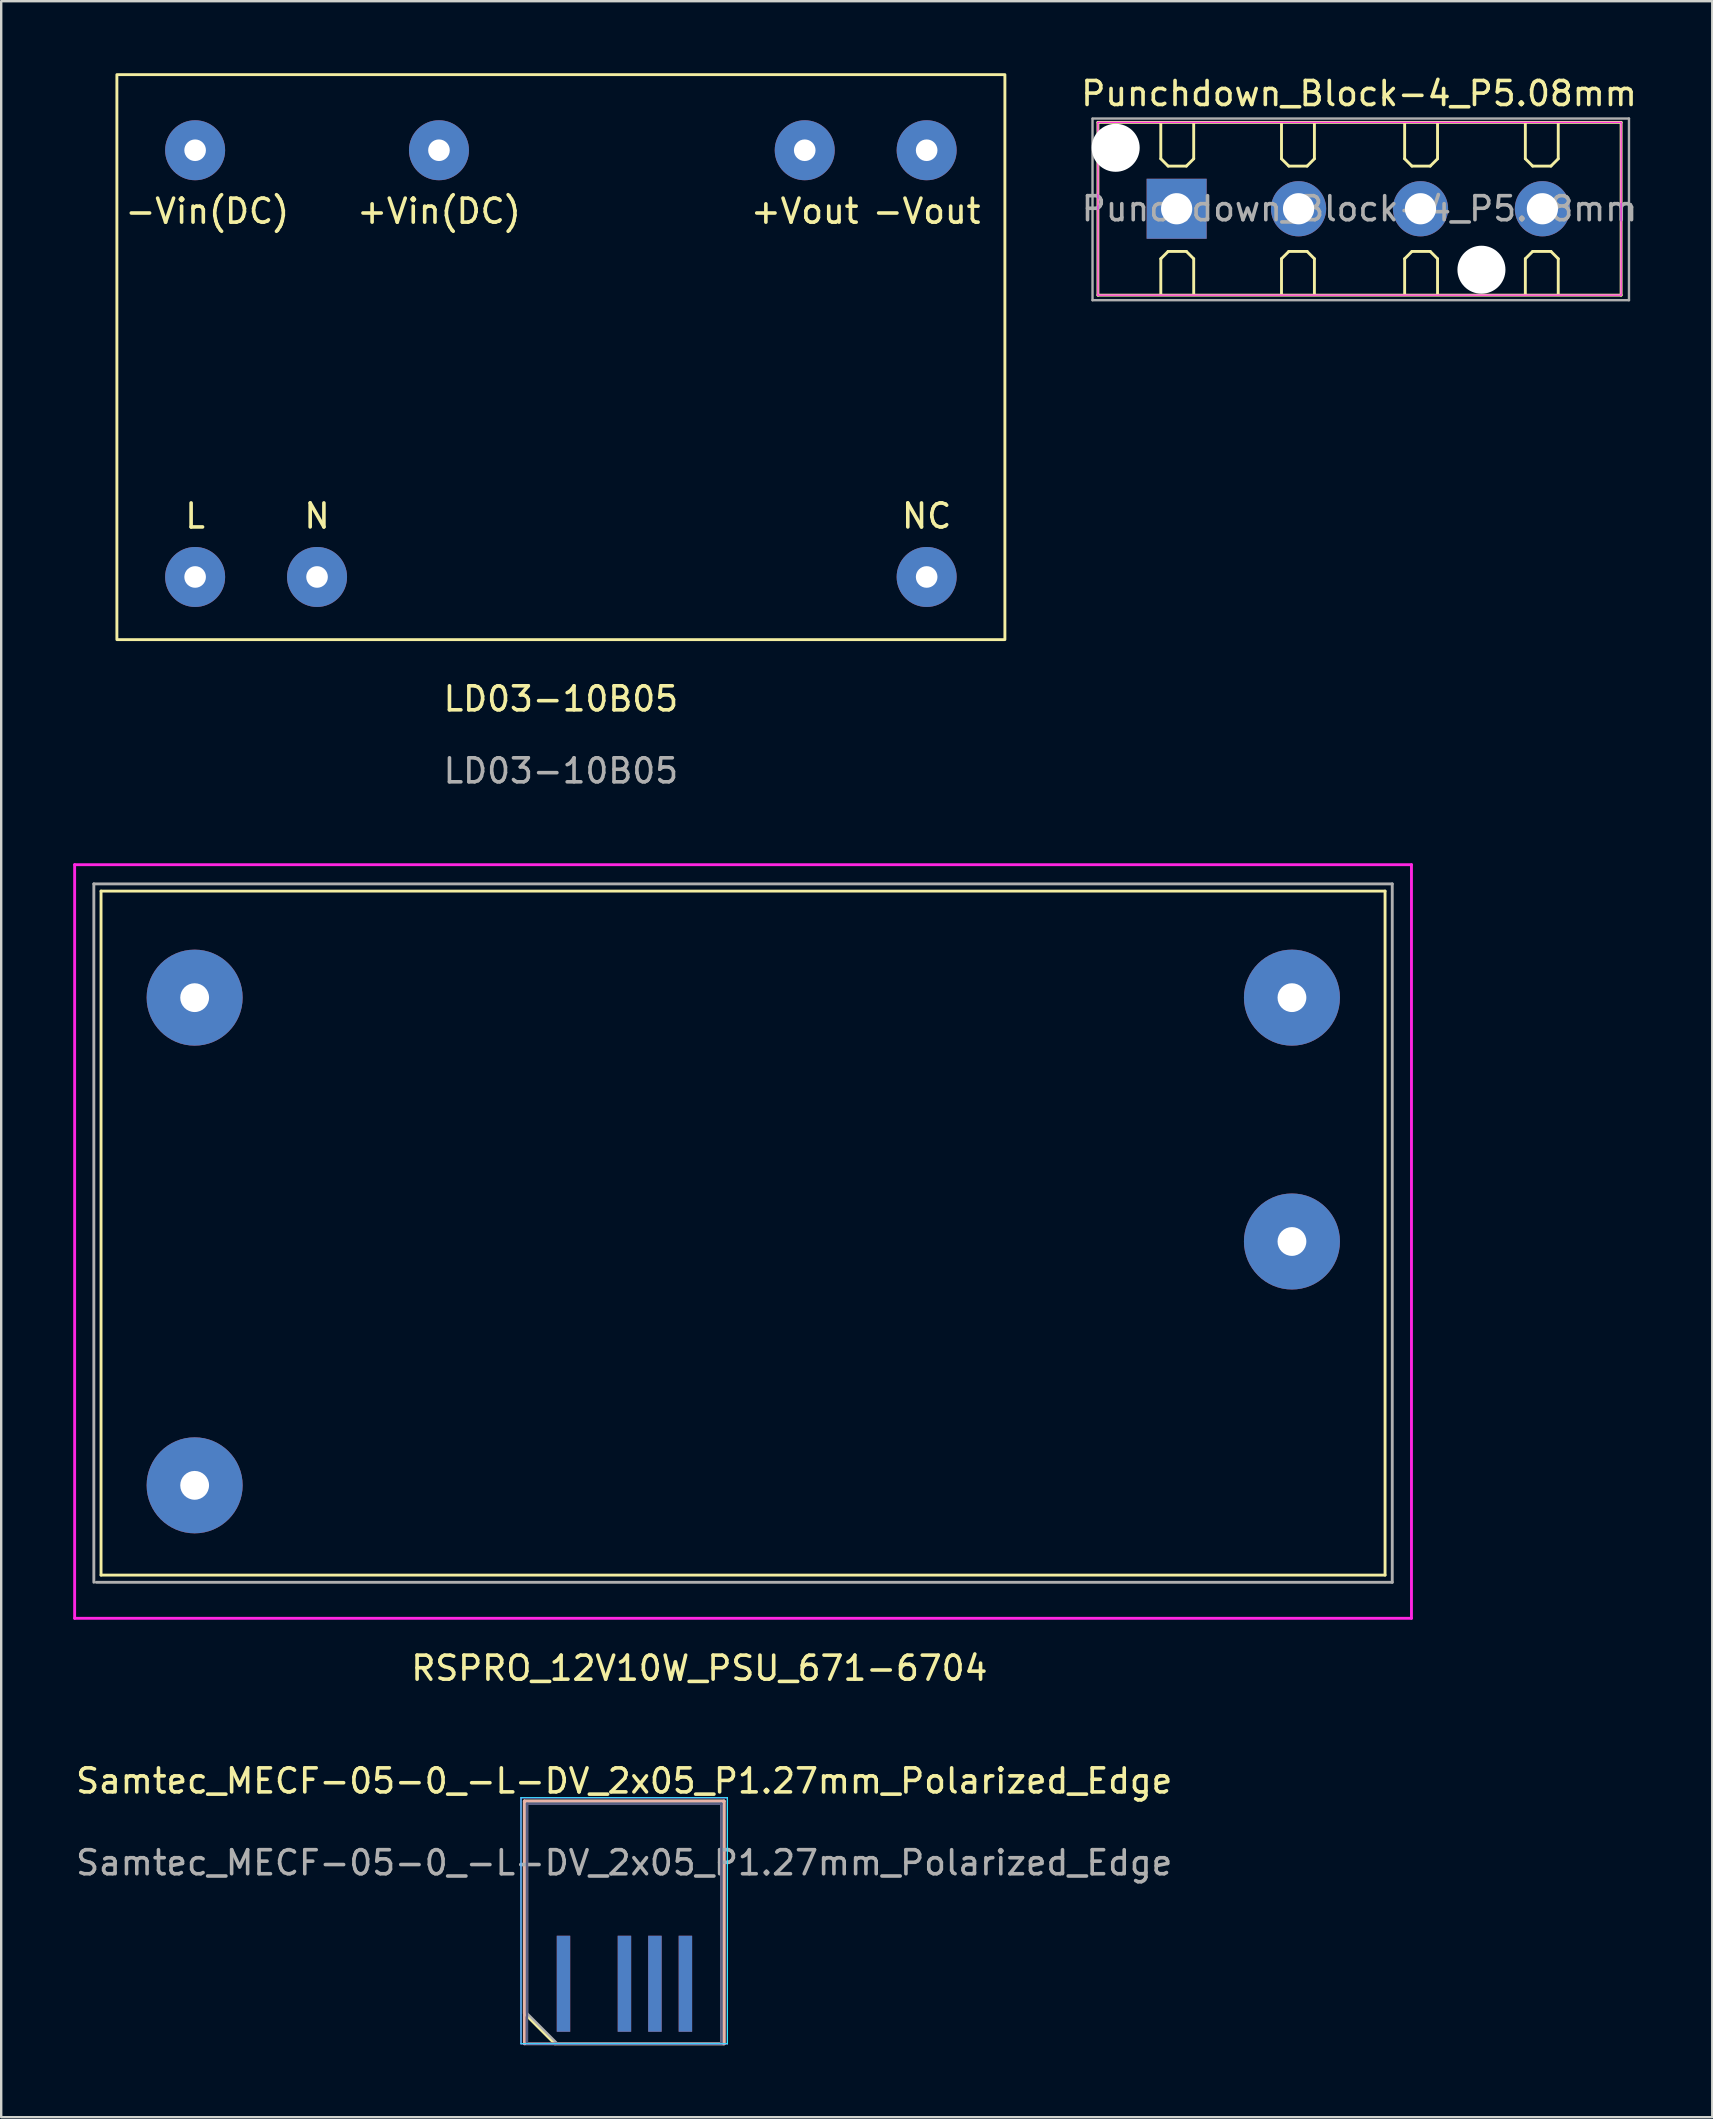
<source format=kicad_pcb>
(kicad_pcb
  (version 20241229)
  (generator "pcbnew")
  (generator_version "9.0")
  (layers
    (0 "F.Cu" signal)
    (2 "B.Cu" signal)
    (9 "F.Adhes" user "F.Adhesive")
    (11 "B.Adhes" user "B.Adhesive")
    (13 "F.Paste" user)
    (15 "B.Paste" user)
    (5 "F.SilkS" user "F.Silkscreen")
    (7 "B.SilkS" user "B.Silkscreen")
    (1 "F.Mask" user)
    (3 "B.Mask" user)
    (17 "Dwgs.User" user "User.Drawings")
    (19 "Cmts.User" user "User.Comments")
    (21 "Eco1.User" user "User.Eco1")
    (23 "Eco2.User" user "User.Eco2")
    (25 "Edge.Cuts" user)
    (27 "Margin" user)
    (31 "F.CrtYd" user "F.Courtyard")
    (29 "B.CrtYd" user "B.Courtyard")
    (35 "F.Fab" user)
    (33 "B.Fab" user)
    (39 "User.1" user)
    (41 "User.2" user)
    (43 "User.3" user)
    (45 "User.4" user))
  (footprint "RSPRO_12V10W_PSU_671-6704"
    (layer "F.Cu")
    (at 5.06 48.678)
    (property "Reference" "RSPRO_12V10W_PSU_671-6704" (at 21.031 17.78 0) (layer "F.SilkS") (effects (font (size 1 1) (thickness 0.15))))
    (attr through_hole)
    (fp_line (start -3.9 -14.6) (end -3.9 13.9) (stroke (width 0.12) (type solid)) (layer "F.SilkS"))
    (fp_line (start -3.9 -14.6) (end 49.6 -14.6) (stroke (width 0.12) (type solid)) (layer "F.SilkS"))
    (fp_line (start 49.6 13.9) (end -3.9 13.9) (stroke (width 0.12) (type solid)) (layer "F.SilkS"))
    (fp_line (start 49.6 13.9) (end 49.6 -14.6) (stroke (width 0.12) (type solid)) (layer "F.SilkS"))
    (fp_line (start -5 -15.7) (end 50.7 -15.7) (stroke (width 0.12) (type solid)) (layer "F.CrtYd"))
    (fp_line (start -5 15.7) (end -5 -15.7) (stroke (width 0.12) (type solid)) (layer "F.CrtYd"))
    (fp_line (start -5 15.7) (end 50.7 15.7) (stroke (width 0.12) (type solid)) (layer "F.CrtYd"))
    (fp_line (start 50.7 -15.7) (end 50.7 15.7) (stroke (width 0.12) (type solid)) (layer "F.CrtYd"))
    (fp_line (start -4.2 -14.9) (end -4.2 14.2) (stroke (width 0.12) (type solid)) (layer "F.Fab"))
    (fp_line (start -4.2 -14.9) (end 49.9 -14.9) (stroke (width 0.12) (type solid)) (layer "F.Fab"))
    (fp_line (start -4.1 14.2) (end 49.9 14.2) (stroke (width 0.12) (type solid)) (layer "F.Fab"))
    (fp_line (start 49.9 -14.9) (end 49.9 14.2) (stroke (width 0.12) (type solid)) (layer "F.Fab"))
    (pad "1" thru_hole circle (at 0 10.16) (size 4 4) (drill 1.2) (layers "*.Cu" "*.Mask"))
    (pad "2" thru_hole circle (at 0 -10.16) (size 4 4) (drill 1.2) (layers "*.Cu" "*.Mask"))
    (pad "3" thru_hole circle (at 45.72 -10.16) (size 4 4) (drill 1.2) (layers "*.Cu" "*.Mask"))
    (pad "4" thru_hole circle (at 45.72 0) (size 4 4) (drill 1.2) (layers "*.Cu" "*.Mask")))
  (footprint "Samtec_MECF-05-0_-L-DV_2x05_P1.27mm_Polarized_Edge"
    (layer "F.Cu")
    (at 22.958 77.105)
    (property "Reference" "Samtec_MECF-05-0_-L-DV_2x05_P1.27mm_Polarized_Edge" (at 0 -5.95 0) (layer "F.SilkS") (effects (font (size 1 1) (thickness 0.15))))
    (attr exclude_from_pos_files exclude_from_bom)
    (fp_line (start -4.16 -5.11) (end 4.16 -5.11) (stroke (width 0.12) (type solid)) (layer "F.SilkS"))
    (fp_line (start -4.16 3.73) (end -4.16 -5.11) (stroke (width 0.12) (type solid)) (layer "F.SilkS"))
    (fp_line (start -2.89 5) (end -4.16 3.73) (stroke (width 0.12) (type solid)) (layer "F.SilkS"))
    (fp_line (start -2.89 5) (end 4.16 5) (stroke (width 0.12) (type solid)) (layer "F.SilkS"))
    (fp_line (start 4.16 5) (end 4.16 -5.11) (stroke (width 0.12) (type solid)) (layer "F.SilkS"))
    (fp_line (start -4.16 -5.11) (end 4.16 -5.11) (stroke (width 0.12) (type solid)) (layer "B.SilkS"))
    (fp_line (start -4.16 5) (end -4.16 -5.11) (stroke (width 0.12) (type solid)) (layer "B.SilkS"))
    (fp_line (start -4.16 5) (end 4.16 5) (stroke (width 0.12) (type solid)) (layer "B.SilkS"))
    (fp_line (start 4.16 5) (end 4.16 -5.11) (stroke (width 0.12) (type solid)) (layer "B.SilkS"))
    (fp_line (start -4.5 -5) (end -4.05 -5) (stroke (width 0.12) (type solid)) (layer "Eco2.User"))
    (fp_line (start -4.05 5) (end -4.05 -5) (stroke (width 0.12) (type solid)) (layer "Eco2.User"))
    (fp_line (start -4.05 5) (end -1.88 5) (stroke (width 0.12) (type solid)) (layer "Eco2.User"))
    (fp_line (start -1.88 -2) (end -0.64 -2) (stroke (width 0.12) (type solid)) (layer "Eco2.User"))
    (fp_line (start -1.88 5) (end -1.88 -2) (stroke (width 0.12) (type solid)) (layer "Eco2.User"))
    (fp_line (start -0.64 5) (end -0.64 -2) (stroke (width 0.12) (type solid)) (layer "Eco2.User"))
    (fp_line (start -0.64 5) (end 4.05 5) (stroke (width 0.12) (type solid)) (layer "Eco2.User"))
    (fp_line (start 4.05 5) (end 4.05 -5) (stroke (width 0.12) (type solid)) (layer "Eco2.User"))
    (fp_line (start 4.5 -5) (end 4.05 -5) (stroke (width 0.12) (type solid)) (layer "Eco2.User"))
    (fp_line (start -4.3 -5.25) (end -4.3 5) (stroke (width 0.05) (type solid)) (layer "B.CrtYd"))
    (fp_line (start -4.3 5) (end 4.3 5) (stroke (width 0.05) (type solid)) (layer "B.CrtYd"))
    (fp_line (start 4.3 -5.25) (end -4.3 -5.25) (stroke (width 0.05) (type solid)) (layer "B.CrtYd"))
    (fp_line (start 4.3 5) (end 4.3 -5.25) (stroke (width 0.05) (type solid)) (layer "B.CrtYd"))
    (fp_line (start -4.3 -5.25) (end -4.3 5) (stroke (width 0.05) (type solid)) (layer "F.CrtYd"))
    (fp_line (start -4.3 5) (end 4.3 5) (stroke (width 0.05) (type solid)) (layer "F.CrtYd"))
    (fp_line (start 4.3 -5.25) (end -4.3 -5.25) (stroke (width 0.05) (type solid)) (layer "F.CrtYd"))
    (fp_line (start 4.3 5) (end 4.3 -5.25) (stroke (width 0.05) (type solid)) (layer "F.CrtYd"))
    (fp_line (start -4.05 -5) (end 4.05 -5) (stroke (width 0.1) (type solid)) (layer "B.Fab"))
    (fp_line (start -4.05 5) (end -4.05 -5) (stroke (width 0.1) (type solid)) (layer "B.Fab"))
    (fp_line (start -4.05 5) (end 4.05 5) (stroke (width 0.1) (type solid)) (layer "B.Fab"))
    (fp_line (start 4.05 5) (end 4.05 -5) (stroke (width 0.1) (type solid)) (layer "B.Fab"))
    (fp_line (start -4.05 -5) (end 4.05 -5) (stroke (width 0.1) (type solid)) (layer "F.Fab"))
    (fp_line (start -4.05 3.73) (end -4.05 -5) (stroke (width 0.1) (type solid)) (layer "F.Fab"))
    (fp_line (start -4.05 3.73) (end -2.78 5) (stroke (width 0.1) (type solid)) (layer "F.Fab"))
    (fp_line (start -2.78 5) (end 4.05 5) (stroke (width 0.1) (type solid)) (layer "F.Fab"))
    (fp_line (start 4.05 5) (end 4.05 -5) (stroke (width 0.1) (type solid)) (layer "F.Fab"))
    (fp_text user "${REFERENCE}" (at 0 -2.54 0) (layer "F.Fab") (effects (font (size 1 1) (thickness 0.15))))
    (pad "1" connect rect (at -2.53 2.5) (size 0.56 4) (layers "F.Cu" "F.Mask"))
    (pad "2" connect rect (at -2.53 2.5) (size 0.56 4) (layers "B.Cu" "B.Mask"))
    (pad "5" connect rect (at 0.01 2.5) (size 0.56 4) (layers "F.Cu" "F.Mask"))
    (pad "6" connect rect (at 0.01 2.5) (size 0.56 4) (layers "B.Cu" "B.Mask"))
    (pad "7" connect rect (at 1.28 2.5) (size 0.56 4) (layers "F.Cu" "F.Mask"))
    (pad "8" connect rect (at 1.28 2.5) (size 0.56 4) (layers "B.Cu" "B.Mask"))
    (pad "9" connect rect (at 2.55 2.5) (size 0.56 4) (layers "F.Cu" "F.Mask"))
    (pad "10" connect rect (at 2.55 2.5) (size 0.56 4) (layers "B.Cu" "B.Mask")))
  (footprint "Punchdown_Block-4_P5.08mm"
    (layer "F.Cu")
    (at 45.976 5.648)
    (property "Reference" "Punchdown_Block-4_P5.08mm" (at 7.6 -4.8 0) (layer "F.SilkS") (effects (font (size 1 1) (thickness 0.15))))
    (attr through_hole)
    (fp_line (start -3.28 -3.6) (end -3.28 3.6) (stroke (width 0.12) (type solid)) (layer "F.SilkS"))
    (fp_line (start -3.28 -3.6) (end 18.52 -3.6) (stroke (width 0.12) (type solid)) (layer "F.SilkS"))
    (fp_line (start -3.28 3.6) (end 18.52 3.6) (stroke (width 0.12) (type solid)) (layer "F.SilkS"))
    (fp_line (start -0.66 -3.556) (end -0.66 -2.083) (stroke (width 0.12) (type solid)) (layer "F.SilkS"))
    (fp_line (start -0.66 -2.083) (end -0.356 -1.778) (stroke (width 0.12) (type solid)) (layer "F.SilkS"))
    (fp_line (start -0.66 2.083) (end -0.66 3.556) (stroke (width 0.12) (type solid)) (layer "F.SilkS"))
    (fp_line (start -0.66 2.083) (end -0.356 1.778) (stroke (width 0.12) (type solid)) (layer "F.SilkS"))
    (fp_line (start -0.356 -1.778) (end 0.406 -1.778) (stroke (width 0.12) (type solid)) (layer "F.SilkS"))
    (fp_line (start 0.406 1.778) (end -0.356 1.778) (stroke (width 0.12) (type solid)) (layer "F.SilkS"))
    (fp_line (start 0.711 -2.083) (end 0.406 -1.778) (stroke (width 0.12) (type solid)) (layer "F.SilkS"))
    (fp_line (start 0.711 -2.083) (end 0.711 -3.556) (stroke (width 0.12) (type solid)) (layer "F.SilkS"))
    (fp_line (start 0.711 2.083) (end 0.406 1.778) (stroke (width 0.12) (type solid)) (layer "F.SilkS"))
    (fp_line (start 0.711 3.556) (end 0.711 2.083) (stroke (width 0.12) (type solid)) (layer "F.SilkS"))
    (fp_line (start 4.369 -3.556) (end 4.369 -2.083) (stroke (width 0.12) (type solid)) (layer "F.SilkS"))
    (fp_line (start 4.369 -2.083) (end 4.674 -1.778) (stroke (width 0.12) (type solid)) (layer "F.SilkS"))
    (fp_line (start 4.369 2.083) (end 4.369 3.556) (stroke (width 0.12) (type solid)) (layer "F.SilkS"))
    (fp_line (start 4.369 2.083) (end 4.674 1.778) (stroke (width 0.12) (type solid)) (layer "F.SilkS"))
    (fp_line (start 4.674 -1.778) (end 5.436 -1.778) (stroke (width 0.12) (type solid)) (layer "F.SilkS"))
    (fp_line (start 5.436 1.778) (end 4.674 1.778) (stroke (width 0.12) (type solid)) (layer "F.SilkS"))
    (fp_line (start 5.74 -2.083) (end 5.436 -1.778) (stroke (width 0.12) (type solid)) (layer "F.SilkS"))
    (fp_line (start 5.74 -2.083) (end 5.74 -3.556) (stroke (width 0.12) (type solid)) (layer "F.SilkS"))
    (fp_line (start 5.74 2.083) (end 5.436 1.778) (stroke (width 0.12) (type solid)) (layer "F.SilkS"))
    (fp_line (start 5.74 3.556) (end 5.74 2.083) (stroke (width 0.12) (type solid)) (layer "F.SilkS"))
    (fp_line (start 9.5 -3.556) (end 9.5 -2.083) (stroke (width 0.12) (type solid)) (layer "F.SilkS"))
    (fp_line (start 9.5 -2.083) (end 9.804 -1.778) (stroke (width 0.12) (type solid)) (layer "F.SilkS"))
    (fp_line (start 9.5 2.083) (end 9.5 3.556) (stroke (width 0.12) (type solid)) (layer "F.SilkS"))
    (fp_line (start 9.5 2.083) (end 9.804 1.778) (stroke (width 0.12) (type solid)) (layer "F.SilkS"))
    (fp_line (start 9.804 -1.778) (end 10.566 -1.778) (stroke (width 0.12) (type solid)) (layer "F.SilkS"))
    (fp_line (start 10.566 1.778) (end 9.804 1.778) (stroke (width 0.12) (type solid)) (layer "F.SilkS"))
    (fp_line (start 10.871 -2.083) (end 10.566 -1.778) (stroke (width 0.12) (type solid)) (layer "F.SilkS"))
    (fp_line (start 10.871 -2.083) (end 10.871 -3.556) (stroke (width 0.12) (type solid)) (layer "F.SilkS"))
    (fp_line (start 10.871 2.083) (end 10.566 1.778) (stroke (width 0.12) (type solid)) (layer "F.SilkS"))
    (fp_line (start 10.871 3.556) (end 10.871 2.083) (stroke (width 0.12) (type solid)) (layer "F.SilkS"))
    (fp_line (start 14.529 -3.556) (end 14.529 -2.083) (stroke (width 0.12) (type solid)) (layer "F.SilkS"))
    (fp_line (start 14.529 -2.083) (end 14.834 -1.778) (stroke (width 0.12) (type solid)) (layer "F.SilkS"))
    (fp_line (start 14.529 2.083) (end 14.529 3.556) (stroke (width 0.12) (type solid)) (layer "F.SilkS"))
    (fp_line (start 14.529 2.083) (end 14.834 1.778) (stroke (width 0.12) (type solid)) (layer "F.SilkS"))
    (fp_line (start 14.834 -1.778) (end 15.596 -1.778) (stroke (width 0.12) (type solid)) (layer "F.SilkS"))
    (fp_line (start 15.596 1.778) (end 14.834 1.778) (stroke (width 0.12) (type solid)) (layer "F.SilkS"))
    (fp_line (start 15.9 -2.083) (end 15.596 -1.778) (stroke (width 0.12) (type solid)) (layer "F.SilkS"))
    (fp_line (start 15.9 -2.083) (end 15.9 -3.556) (stroke (width 0.12) (type solid)) (layer "F.SilkS"))
    (fp_line (start 15.9 2.083) (end 15.596 1.778) (stroke (width 0.12) (type solid)) (layer "F.SilkS"))
    (fp_line (start 15.9 3.556) (end 15.9 2.083) (stroke (width 0.12) (type solid)) (layer "F.SilkS"))
    (fp_line (start 18.52 3.6) (end 18.52 -3.6) (stroke (width 0.12) (type solid)) (layer "F.SilkS"))
    (fp_line (start -3.28 -3.6) (end -3.28 3.6) (stroke (width 0.05) (type solid)) (layer "F.CrtYd"))
    (fp_line (start -3.28 -3.6) (end 18.52 -3.6) (stroke (width 0.05) (type solid)) (layer "F.CrtYd"))
    (fp_line (start 18.52 3.6) (end -3.28 3.6) (stroke (width 0.05) (type solid)) (layer "F.CrtYd"))
    (fp_line (start 18.52 3.6) (end 18.52 -3.6) (stroke (width 0.05) (type solid)) (layer "F.CrtYd"))
    (fp_line (start -3.505 -3.759) (end 18.847 -3.759) (stroke (width 0.1) (type solid)) (layer "F.Fab"))
    (fp_line (start -3.505 3.81) (end -3.505 -3.75) (stroke (width 0.1) (type solid)) (layer "F.Fab"))
    (fp_line (start 18.847 -3.759) (end 18.847 3.81) (stroke (width 0.1) (type solid)) (layer "F.Fab"))
    (fp_line (start 18.847 3.81) (end -3.505 3.81) (stroke (width 0.1) (type solid)) (layer "F.Fab"))
    (fp_text user "${REFERENCE}" (at 7.62 0 0) (layer "F.Fab") (effects (font (size 1 1) (thickness 0.15))))
    (pad "" np_thru_hole circle (at -2.54 -2.54) (size 2 2) (drill 2) (layers "*.Cu" "*.Mask"))
    (pad "" np_thru_hole circle (at 12.7 2.54) (size 2 2) (drill 2) (layers "*.Cu" "*.Mask"))
    (pad "1" thru_hole rect (at 0 0) (size 2.5 2.5) (drill 1.3) (layers "*.Cu" "*.Mask"))
    (pad "2" thru_hole circle (at 5.08 0) (size 2.3 2.3) (drill 1.3) (layers "*.Cu" "*.Mask"))
    (pad "3" thru_hole circle (at 10.16 0) (size 2.3 2.3) (drill 1.3) (layers "*.Cu" "*.Mask"))
    (pad "4" thru_hole circle (at 15.24 0) (size 2.3 2.3) (drill 1.3) (layers "*.Cu" "*.Mask")))
  (footprint "LD03-10B05"
    (layer "F.Cu")
    (at 5.08 20.99)
    (property "Reference" "LD03-10B05" (at 15.24 5.08 0) (unlocked yes) (layer "F.SilkS") (effects (font (size 1 1) (thickness 0.15))))
    (attr through_hole)
    (fp_rect (start -3.26 2.61) (end 33.74 -20.93) (stroke (width 0.12) (type solid)) (fill no) (layer "F.SilkS"))
    (fp_text user "NC" (at 30.48 -2.54 0) (unlocked yes) (layer "F.SilkS") (effects (font (size 1 1) (thickness 0.15))))
    (fp_text user "-Vout" (at 30.48 -15.24 0) (unlocked yes) (layer "F.SilkS") (effects (font (size 1 1) (thickness 0.15))))
    (fp_text user "N" (at 5.08 -2.54 0) (unlocked yes) (layer "F.SilkS") (effects (font (size 1 1) (thickness 0.15))))
    (fp_text user "+Vin(DC)" (at 10.16 -15.24 0) (unlocked yes) (layer "F.SilkS") (effects (font (size 1 1) (thickness 0.15))))
    (fp_text user "-Vin(DC)" (at 0.508 -15.24 0) (unlocked yes) (layer "F.SilkS") (effects (font (size 1 1) (thickness 0.15))))
    (fp_text user "+Vout" (at 25.4 -15.24 0) (unlocked yes) (layer "F.SilkS") (effects (font (size 1 1) (thickness 0.15))))
    (fp_text user "L" (at 0 -2.54 0) (unlocked yes) (layer "F.SilkS") (effects (font (size 1 1) (thickness 0.15))))
    (fp_text user "${REFERENCE}" (at 15.24 8.08 0) (unlocked yes) (layer "F.Fab") (effects (font (size 1 1) (thickness 0.15))))
    (pad "1" thru_hole circle (at 0 0) (size 2.5 2.5) (drill 0.9) (layers "*.Cu" "*.Mask"))
    (pad "2" thru_hole circle (at 5.08 0) (size 2.5 2.5) (drill 0.9) (layers "*.Cu" "*.Mask"))
    (pad "3" thru_hole circle (at 0 -17.78) (size 2.5 2.5) (drill 0.9) (layers "*.Cu" "*.Mask"))
    (pad "4" thru_hole circle (at 10.16 -17.78) (size 2.5 2.5) (drill 0.9) (layers "*.Cu" "*.Mask"))
    (pad "5" thru_hole circle (at 25.4 -17.78) (size 2.5 2.5) (drill 0.9) (layers "*.Cu" "*.Mask"))
    (pad "6" thru_hole circle (at 30.48 -17.78) (size 2.5 2.5) (drill 0.9) (layers "*.Cu" "*.Mask"))
    (pad "7" thru_hole circle (at 30.48 0) (size 2.5 2.5) (drill 0.9) (layers "*.Cu" "*.Mask"))
    (zone (net_name "") (layers "F.Cu" "B.Cu") (hatch edge 0.508) (connect_pads) (min_thickness 0.254) (filled_areas_thickness no) (keepout (tracks not_allowed) (vias not_allowed) (pads not_allowed) (copperpour allowed) (footprints allowed)) (placement (enabled no)) (fill) (polygon (pts (xy 15.24 26.07) (xy 0 26.07) (xy 0 15.91) (xy 15.24 15.91)))))
  (gr_rect
    (start -3 -3)
    (end 68.293 85.165)
    (stroke (width 0.1) (type default))
    (fill no)
    (layer "Edge.Cuts")))
</source>
